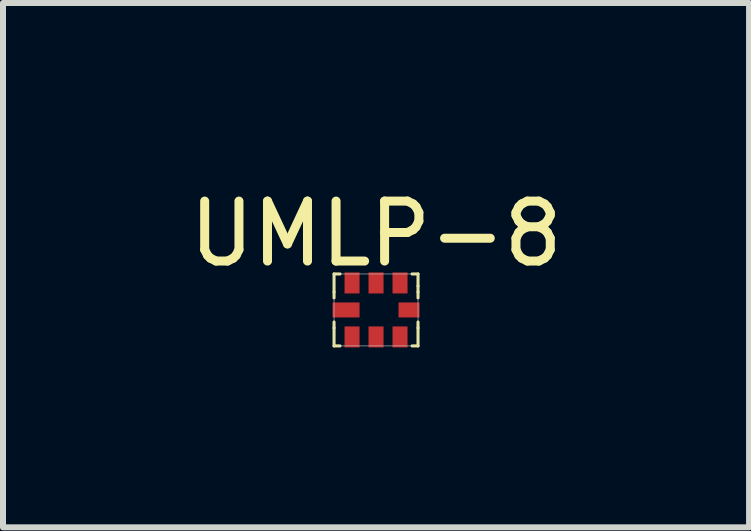
<source format=kicad_pcb>
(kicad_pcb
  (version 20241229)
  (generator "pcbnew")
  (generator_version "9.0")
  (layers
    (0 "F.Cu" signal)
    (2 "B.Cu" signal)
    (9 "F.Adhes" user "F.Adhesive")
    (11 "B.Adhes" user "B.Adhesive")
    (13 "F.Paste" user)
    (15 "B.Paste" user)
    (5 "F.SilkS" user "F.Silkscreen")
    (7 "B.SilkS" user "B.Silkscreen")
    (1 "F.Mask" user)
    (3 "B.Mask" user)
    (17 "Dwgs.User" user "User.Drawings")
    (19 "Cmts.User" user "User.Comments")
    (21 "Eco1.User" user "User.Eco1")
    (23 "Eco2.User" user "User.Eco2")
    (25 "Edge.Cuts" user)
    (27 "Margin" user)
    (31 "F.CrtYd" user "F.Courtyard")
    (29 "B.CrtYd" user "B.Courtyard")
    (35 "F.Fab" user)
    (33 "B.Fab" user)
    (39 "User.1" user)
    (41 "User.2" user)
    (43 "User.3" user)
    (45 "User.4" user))
  (footprint "UMLP-8"
    (layer "F.Cu")
    (at 3.22 2.118)
    (property "Reference" "UMLP-8" (at 0 -1.27 0) (layer "F.SilkS") (effects (font (size 1 1) (thickness 0.15))))
    (attr through_hole)
    (fp_line (start -0.7 -0.6) (end -0.7 -0.3) (stroke (width 0.05) (type solid)) (layer "F.SilkS"))
    (fp_line (start -0.7 -0.6) (end -0.6 -0.6) (stroke (width 0.05) (type solid)) (layer "F.SilkS"))
    (fp_line (start -0.7 -0.2) (end -0.7 -0.3) (stroke (width 0.05) (type solid)) (layer "F.SilkS"))
    (fp_line (start -0.7 0.2) (end -0.7 0.3) (stroke (width 0.05) (type solid)) (layer "F.SilkS"))
    (fp_line (start -0.7 0.6) (end -0.7 0.3) (stroke (width 0.05) (type solid)) (layer "F.SilkS"))
    (fp_line (start -0.6 0.6) (end -0.7 0.6) (stroke (width 0.05) (type solid)) (layer "F.SilkS"))
    (fp_line (start 0.6 0.6) (end 0.7 0.6) (stroke (width 0.05) (type solid)) (layer "F.SilkS"))
    (fp_line (start 0.7 -0.6) (end 0.6 -0.6) (stroke (width 0.05) (type solid)) (layer "F.SilkS"))
    (fp_line (start 0.7 -0.6) (end 0.7 -0.4) (stroke (width 0.05) (type solid)) (layer "F.SilkS"))
    (fp_line (start 0.7 -0.4) (end 0.7 -0.3) (stroke (width 0.05) (type solid)) (layer "F.SilkS"))
    (fp_line (start 0.7 -0.3) (end 0.7 -0.2) (stroke (width 0.05) (type solid)) (layer "F.SilkS"))
    (fp_line (start 0.7 0.2) (end 0.7 0.3) (stroke (width 0.05) (type solid)) (layer "F.SilkS"))
    (fp_line (start 0.7 0.6) (end 0.7 0.3) (stroke (width 0.05) (type solid)) (layer "F.SilkS"))
    (fp_line (start -0.7 -0.6) (end -0.7 0.6) (stroke (width 0.01) (type solid)) (layer "Dwgs.User"))
    (fp_line (start -0.7 -0.6) (end 0.7 -0.6) (stroke (width 0.01) (type solid)) (layer "Dwgs.User"))
    (fp_line (start -0.7 0.6) (end 0.7 0.6) (stroke (width 0.01) (type solid)) (layer "Dwgs.User"))
    (fp_line (start 0.7 -0.6) (end 0.7 0.6) (stroke (width 0.01) (type solid)) (layer "Dwgs.User"))
    (pad "1" smd rect (at -0.5 0) (size 0.45 0.25) (layers "F.Cu" "F.Mask" "F.Paste"))
    (pad "2" smd rect (at -0.4 0.45 90) (size 0.35 0.25) (layers "F.Cu" "F.Mask" "F.Paste"))
    (pad "3" smd rect (at 0 0.45 90) (size 0.35 0.25) (layers "F.Cu" "F.Mask" "F.Paste"))
    (pad "4" smd rect (at 0.4 0.45 90) (size 0.35 0.25) (layers "F.Cu" "F.Mask" "F.Paste"))
    (pad "5" smd rect (at 0.55 0) (size 0.35 0.25) (layers "F.Cu" "F.Mask" "F.Paste"))
    (pad "6" smd rect (at 0.4 -0.45 90) (size 0.35 0.25) (layers "F.Cu" "F.Mask" "F.Paste"))
    (pad "7" smd rect (at 0 -0.45 90) (size 0.35 0.25) (layers "F.Cu" "F.Mask" "F.Paste"))
    (pad "8" smd rect (at -0.4 -0.45 90) (size 0.35 0.25) (layers "F.Cu" "F.Mask" "F.Paste")))
  (gr_rect
    (start -3 -3)
    (end 9.44 5.743)
    (stroke (width 0.1) (type default))
    (fill no)
    (layer "Edge.Cuts")))
</source>
